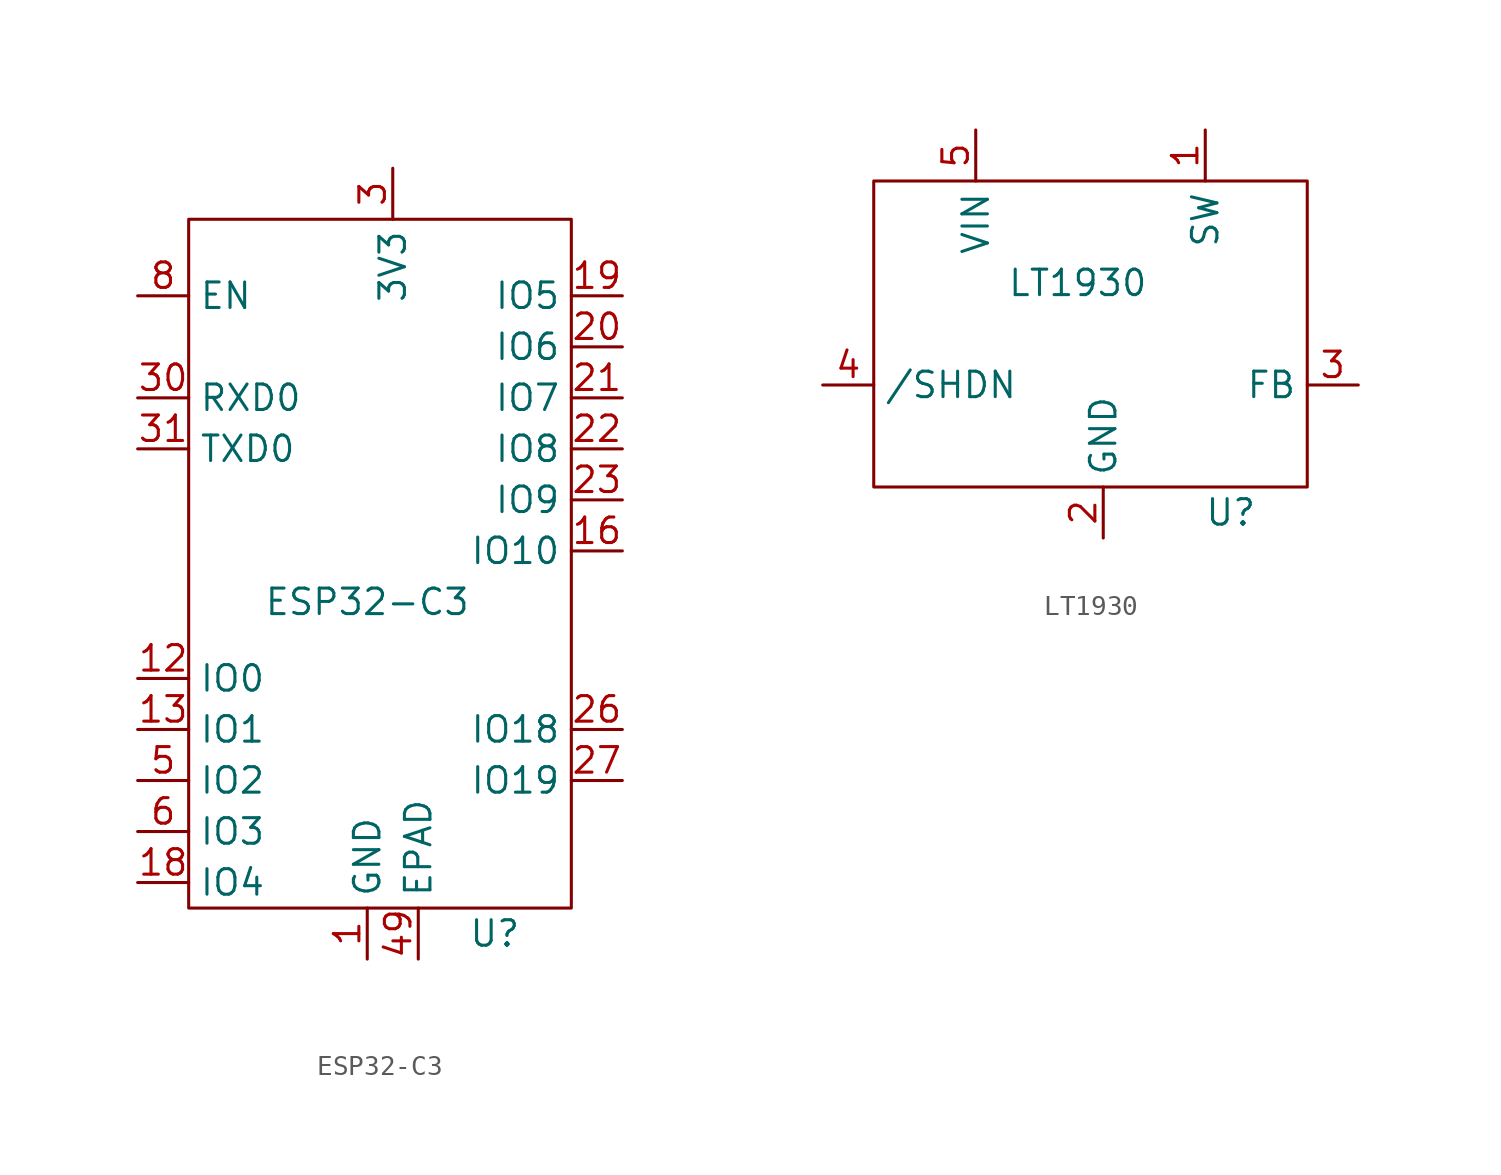
<source format=kicad_sym>
(kicad_symbol_lib
  (version 20211014)
  (generator kicad_symbol_editor)
  (symbol "ESP32-C3"
    (property "Reference" "U"
      (at -8.89 -13.97 0)
      (effects (font (size 1.27 1.27))))
    (property "Value" "ESP32-C3"
      (at -15.24 2.54 0)
      (effects (font (size 1.27 1.27))))
    (symbol "ESP32-C3_0_1"
      (rectangle (start -24.13 21.59) (end -5.08 -12.7) (stroke (width 0.152) (type default) (color 0 0 0 0)) (fill (type none))))
    (symbol "ESP32-C3_1_1"
      (pin input line (at -15.24 -15.24 90) (length 2.54) (name "GND" (effects (font (size 1.27 1.27)))) (number "1" (effects (font (size 1.27 1.27)))))
      (pin input line (at -15.24 -15.24 90) (length 2.54) hide (name "GND" (effects (font (size 1.27 1.27)))) (number "11" (effects (font (size 1.27 1.27)))))
      (pin bidirectional line (at -26.67 -1.27 0) (length 2.54) (name "IO0" (effects (font (size 1.27 1.27)))) (number "12" (effects (font (size 1.27 1.27)))))
      (pin bidirectional line (at -26.67 -3.81 0) (length 2.54) (name "IO1" (effects (font (size 1.27 1.27)))) (number "13" (effects (font (size 1.27 1.27)))))
      (pin input line (at -15.24 -15.24 90) (length 2.54) hide (name "GND" (effects (font (size 1.27 1.27)))) (number "14" (effects (font (size 1.27 1.27)))))
      (pin bidirectional line (at -2.54 5.08 180) (length 2.54) (name "IO10" (effects (font (size 1.27 1.27)))) (number "16" (effects (font (size 1.27 1.27)))))
      (pin bidirectional line (at -26.67 -11.43 0) (length 2.54) (name "IO4" (effects (font (size 1.27 1.27)))) (number "18" (effects (font (size 1.27 1.27)))))
      (pin bidirectional line (at -2.54 17.78 180) (length 2.54) (name "IO5" (effects (font (size 1.27 1.27)))) (number "19" (effects (font (size 1.27 1.27)))))
      (pin input line (at -15.24 -15.24 90) (length 2.54) hide (name "GND" (effects (font (size 1.27 1.27)))) (number "2" (effects (font (size 1.27 1.27)))))
      (pin bidirectional line (at -2.54 15.24 180) (length 2.54) (name "IO6" (effects (font (size 1.27 1.27)))) (number "20" (effects (font (size 1.27 1.27)))))
      (pin bidirectional line (at -2.54 12.7 180) (length 2.54) (name "IO7" (effects (font (size 1.27 1.27)))) (number "21" (effects (font (size 1.27 1.27)))))
      (pin bidirectional line (at -2.54 10.16 180) (length 2.54) (name "IO8" (effects (font (size 1.27 1.27)))) (number "22" (effects (font (size 1.27 1.27)))))
      (pin bidirectional line (at -2.54 7.62 180) (length 2.54) (name "IO9" (effects (font (size 1.27 1.27)))) (number "23" (effects (font (size 1.27 1.27)))))
      (pin bidirectional line (at -2.54 -3.81 180) (length 2.54) (name "IO18" (effects (font (size 1.27 1.27)))) (number "26" (effects (font (size 1.27 1.27)))))
      (pin bidirectional line (at -2.54 -6.35 180) (length 2.54) (name "IO19" (effects (font (size 1.27 1.27)))) (number "27" (effects (font (size 1.27 1.27)))))
      (pin input line (at -13.97 24.13 270) (length 2.54) (name "3V3" (effects (font (size 1.27 1.27)))) (number "3" (effects (font (size 1.27 1.27)))))
      (pin bidirectional line (at -26.67 12.7 0) (length 2.54) (name "RXD0" (effects (font (size 1.27 1.27)))) (number "30" (effects (font (size 1.27 1.27)))))
      (pin bidirectional line (at -26.67 10.16 0) (length 2.54) (name "TXD0" (effects (font (size 1.27 1.27)))) (number "31" (effects (font (size 1.27 1.27)))))
      (pin input line (at -15.24 -15.24 90) (length 2.54) hide (name "GND" (effects (font (size 1.27 1.27)))) (number "36" (effects (font (size 1.27 1.27)))))
      (pin input line (at -15.24 -15.24 90) (length 2.54) hide (name "GND" (effects (font (size 1.27 1.27)))) (number "37" (effects (font (size 1.27 1.27)))))
      (pin input line (at -15.24 -15.24 90) (length 2.54) hide (name "GND" (effects (font (size 1.27 1.27)))) (number "38" (effects (font (size 1.27 1.27)))))
      (pin input line (at -15.24 -15.24 90) (length 2.54) hide (name "GND" (effects (font (size 1.27 1.27)))) (number "39" (effects (font (size 1.27 1.27)))))
      (pin input line (at -15.24 -15.24 90) (length 2.54) hide (name "GND" (effects (font (size 1.27 1.27)))) (number "40" (effects (font (size 1.27 1.27)))))
      (pin input line (at -15.24 -15.24 90) (length 2.54) hide (name "GND" (effects (font (size 1.27 1.27)))) (number "41" (effects (font (size 1.27 1.27)))))
      (pin input line (at -15.24 -15.24 90) (length 2.54) hide (name "GND" (effects (font (size 1.27 1.27)))) (number "42" (effects (font (size 1.27 1.27)))))
      (pin input line (at -15.24 -15.24 90) (length 2.54) hide (name "GND" (effects (font (size 1.27 1.27)))) (number "43" (effects (font (size 1.27 1.27)))))
      (pin input line (at -15.24 -15.24 90) (length 2.54) hide (name "GND" (effects (font (size 1.27 1.27)))) (number "44" (effects (font (size 1.27 1.27)))))
      (pin input line (at -15.24 -15.24 90) (length 2.54) hide (name "GND" (effects (font (size 1.27 1.27)))) (number "45" (effects (font (size 1.27 1.27)))))
      (pin input line (at -15.24 -15.24 90) (length 2.54) hide (name "GND" (effects (font (size 1.27 1.27)))) (number "46" (effects (font (size 1.27 1.27)))))
      (pin input line (at -15.24 -15.24 90) (length 2.54) hide (name "GND" (effects (font (size 1.27 1.27)))) (number "47" (effects (font (size 1.27 1.27)))))
      (pin input line (at -15.24 -15.24 90) (length 2.54) hide (name "GND" (effects (font (size 1.27 1.27)))) (number "48" (effects (font (size 1.27 1.27)))))
      (pin input line (at -12.7 -15.24 90) (length 2.54) (name "EPAD" (effects (font (size 1.27 1.27)))) (number "49" (effects (font (size 1.27 1.27)))))
      (pin bidirectional line (at -26.67 -6.35 0) (length 2.54) (name "IO2" (effects (font (size 1.27 1.27)))) (number "5" (effects (font (size 1.27 1.27)))))
      (pin input line (at -15.24 -15.24 90) (length 2.54) hide (name "GND" (effects (font (size 1.27 1.27)))) (number "50" (effects (font (size 1.27 1.27)))))
      (pin input line (at -15.24 -15.24 90) (length 2.54) hide (name "GND" (effects (font (size 1.27 1.27)))) (number "51" (effects (font (size 1.27 1.27)))))
      (pin input line (at -15.24 -15.24 90) (length 2.54) hide (name "GND" (effects (font (size 1.27 1.27)))) (number "52" (effects (font (size 1.27 1.27)))))
      (pin input line (at -15.24 -15.24 90) (length 2.54) hide (name "GND" (effects (font (size 1.27 1.27)))) (number "53" (effects (font (size 1.27 1.27)))))
      (pin bidirectional line (at -26.67 -8.89 0) (length 2.54) (name "IO3" (effects (font (size 1.27 1.27)))) (number "6" (effects (font (size 1.27 1.27)))))
      (pin bidirectional line (at -26.67 17.78 0) (length 2.54) (name "EN" (effects (font (size 1.27 1.27)))) (number "8" (effects (font (size 1.27 1.27)))))))
  (symbol "LT1930"
    (property "Reference" "U"
      (at 6.35 -8.89 0)
      (effects (font (size 1.27 1.27))))
    (property "Value" "LT1930"
      (at -1.27 2.54 0)
      (effects (font (size 1.27 1.27))))
    (symbol "LT1930_0_1"
      (rectangle (start -11.43 7.62) (end 10.16 -7.62) (stroke (width 0.152) (type default) (color 0 0 0 0)) (fill (type none))))
    (symbol "LT1930_1_1"
      (pin input line (at 5.08 10.16 270) (length 2.54) (name "SW" (effects (font (size 1.27 1.27)))) (number "1" (effects (font (size 1.27 1.27)))))
      (pin input line (at 0 -10.16 90) (length 2.54) (name "GND" (effects (font (size 1.27 1.27)))) (number "2" (effects (font (size 1.27 1.27)))))
      (pin input line (at 12.7 -2.54 180) (length 2.54) (name "FB" (effects (font (size 1.27 1.27)))) (number "3" (effects (font (size 1.27 1.27)))))
      (pin input line (at -13.97 -2.54 0) (length 2.54) (name "/SHDN" (effects (font (size 1.27 1.27)))) (number "4" (effects (font (size 1.27 1.27)))))
      (pin input line (at -6.35 10.16 270) (length 2.54) (name "VIN" (effects (font (size 1.27 1.27)))) (number "5" (effects (font (size 1.27 1.27))))))))
</source>
